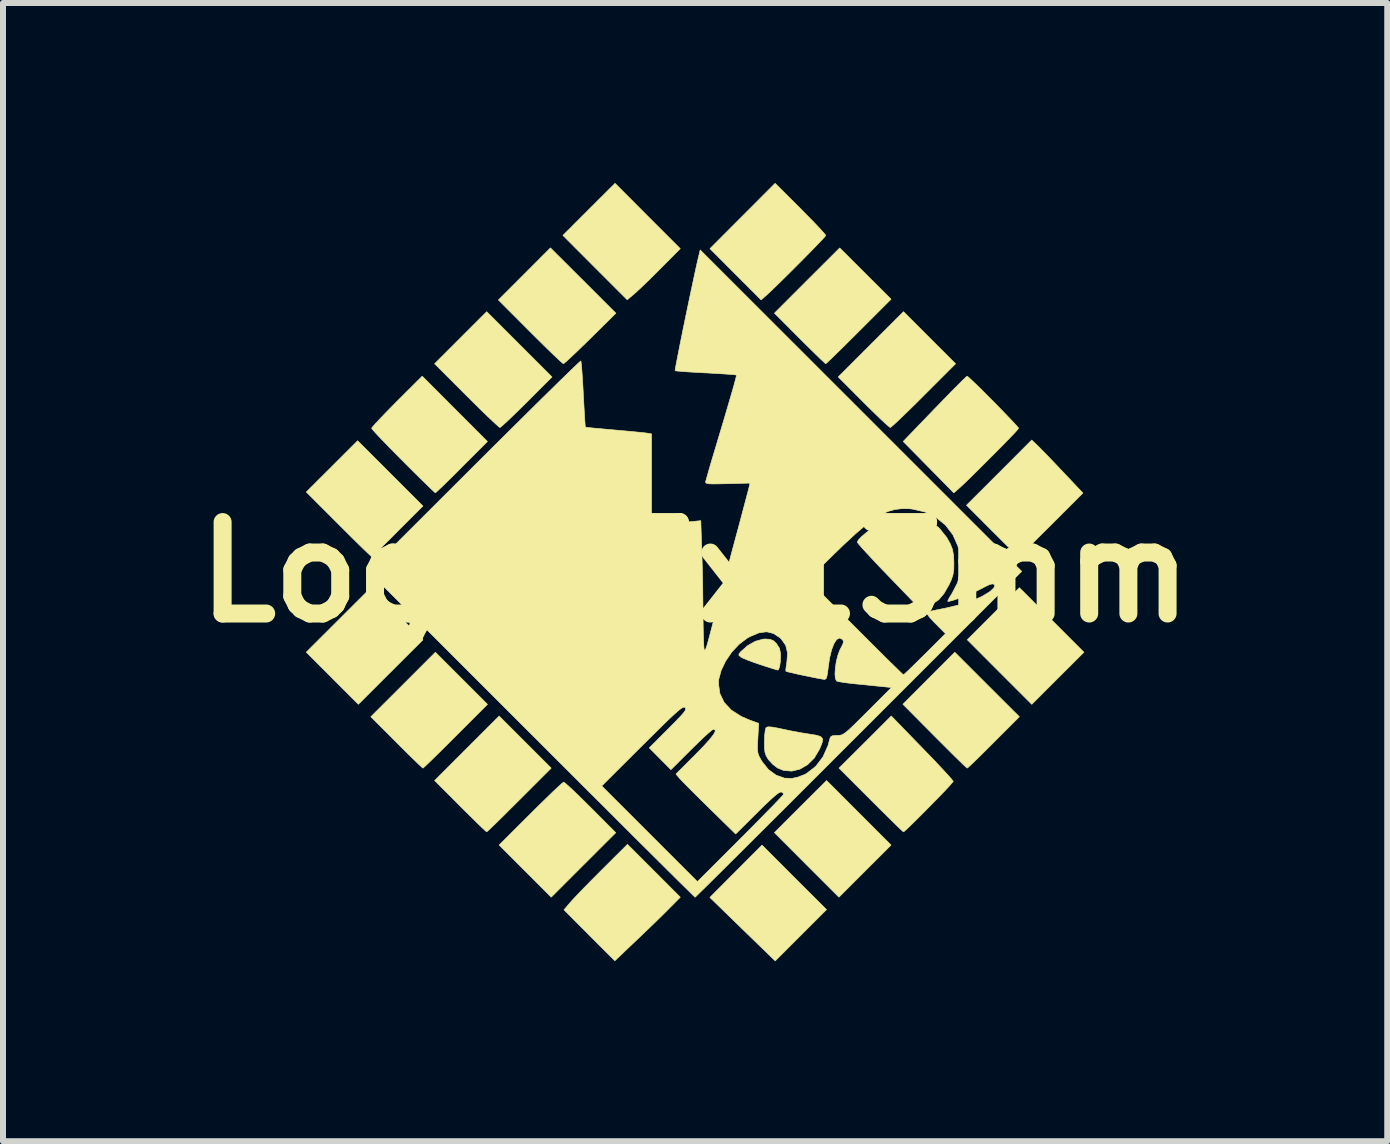
<source format=kicad_pcb>
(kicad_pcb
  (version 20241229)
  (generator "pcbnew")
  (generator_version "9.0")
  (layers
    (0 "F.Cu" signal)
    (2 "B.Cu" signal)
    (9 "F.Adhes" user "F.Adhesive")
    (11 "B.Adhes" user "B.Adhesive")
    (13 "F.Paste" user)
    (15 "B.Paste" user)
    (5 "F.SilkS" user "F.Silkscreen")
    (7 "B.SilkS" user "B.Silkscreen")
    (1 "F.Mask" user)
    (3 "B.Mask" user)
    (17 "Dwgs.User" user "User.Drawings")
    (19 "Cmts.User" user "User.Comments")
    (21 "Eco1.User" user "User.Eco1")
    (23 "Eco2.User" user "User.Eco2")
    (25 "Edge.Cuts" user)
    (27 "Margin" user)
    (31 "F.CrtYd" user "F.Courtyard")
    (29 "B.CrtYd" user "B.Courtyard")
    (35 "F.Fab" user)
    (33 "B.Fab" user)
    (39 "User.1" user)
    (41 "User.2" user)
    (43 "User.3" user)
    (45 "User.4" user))
  (footprint "Logo13x13mm"
    (layer "F.Cu")
    (at 8.534 6.485)
    (property "Reference" "Logo13x13mm" (at 0 0 0) (layer "F.SilkS") (effects (font (size 1.524 1.524) (thickness 0.3))))
    (attr through_hole)
    (fp_poly (pts (xy -4.97 0.694) (xy -4.536 1.128) (xy -5.612 2.203) (xy -6.046 1.769) (xy -6.48 1.334) (xy -5.942 0.797) (xy -5.403 0.259) (xy -4.97 0.694)) (stroke (width 0.01) (type solid)) (fill yes) (layer "F.SilkS"))
    (fp_poly (pts (xy 1.652 5.087) (xy 2.19 5.624) (xy 1.335 6.479) (xy 0.79 5.95) (xy 0.246 5.421) (xy 0.68 4.985) (xy 1.115 4.549) (xy 1.652 5.087)) (stroke (width 0.01) (type solid)) (fill yes) (layer "F.SilkS"))
    (fp_poly (pts (xy 3.266 4.549) (xy 2.831 4.983) (xy 2.397 5.417) (xy 1.859 4.879) (xy 1.322 4.341) (xy 1.756 3.907) (xy 2.191 3.473) (xy 3.266 4.549)) (stroke (width 0.01) (type solid)) (fill yes) (layer "F.SilkS"))
    (fp_poly (pts (xy 5.942 0.797) (xy 6.48 1.335) (xy 6.045 1.769) (xy 5.611 2.203) (xy 5.073 1.665) (xy 4.536 1.127) (xy 4.97 0.693) (xy 5.404 0.259) (xy 5.942 0.797)) (stroke (width 0.01) (type solid)) (fill yes) (layer "F.SilkS"))
    (fp_poly (pts (xy -0.791 -5.935) (xy -0.247 -5.391) (xy -0.571 -5.065) (xy -0.685 -4.951) (xy -0.797 -4.841) (xy -0.896 -4.746) (xy -0.975 -4.673) (xy -1.013 -4.639) (xy -1.131 -4.539) (xy -1.667 -5.075) (xy -2.203 -5.612) (xy -1.769 -6.046) (xy -1.334 -6.48) (xy -0.791 -5.935)) (stroke (width 0.01) (type solid)) (fill yes) (layer "F.SilkS"))
    (fp_poly (pts (xy -3.46 2.203) (xy -3.991 2.734) (xy -4.127 2.87) (xy -4.251 2.993) (xy -4.358 3.098) (xy -4.444 3.182) (xy -4.504 3.239) (xy -4.534 3.265) (xy -4.536 3.266) (xy -4.557 3.248) (xy -4.61 3.199) (xy -4.688 3.123) (xy -4.788 3.026) (xy -4.902 2.912) (xy -4.976 2.838) (xy -5.404 2.41) (xy -4.866 1.873) (xy -4.328 1.335) (xy -3.46 2.203)) (stroke (width 0.01) (type solid)) (fill yes) (layer "F.SilkS"))
    (fp_poly (pts (xy -2.398 3.266) (xy -2.929 3.797) (xy -3.065 3.932) (xy -3.188 4.055) (xy -3.296 4.161) (xy -3.382 4.244) (xy -3.442 4.301) (xy -3.471 4.327) (xy -3.473 4.328) (xy -3.494 4.311) (xy -3.547 4.262) (xy -3.626 4.186) (xy -3.725 4.088) (xy -3.84 3.975) (xy -3.914 3.901) (xy -4.341 3.473) (xy -3.803 2.935) (xy -3.266 2.398) (xy -2.398 3.266)) (stroke (width 0.01) (type solid)) (fill yes) (layer "F.SilkS"))
    (fp_poly (pts (xy -2.385 -3.253) (xy -2.805 -2.832) (xy -2.927 -2.712) (xy -3.037 -2.605) (xy -3.13 -2.516) (xy -3.2 -2.452) (xy -3.243 -2.416) (xy -3.253 -2.41) (xy -3.277 -2.428) (xy -3.333 -2.478) (xy -3.416 -2.556) (xy -3.521 -2.656) (xy -3.643 -2.776) (xy -3.777 -2.909) (xy -3.81 -2.942) (xy -4.341 -3.473) (xy -3.907 -3.907) (xy -3.473 -4.341) (xy -2.385 -3.253)) (stroke (width 0.01) (type solid)) (fill yes) (layer "F.SilkS"))
    (fp_poly (pts (xy -2.165 3.517) (xy -2.109 3.566) (xy -2.027 3.642) (xy -1.926 3.739) (xy -1.811 3.853) (xy -1.743 3.92) (xy -1.322 4.342) (xy -1.86 4.879) (xy -2.398 5.417) (xy -3.266 4.548) (xy -2.741 4.024) (xy -2.605 3.889) (xy -2.48 3.767) (xy -2.372 3.662) (xy -2.284 3.58) (xy -2.223 3.524) (xy -2.192 3.5) (xy -2.19 3.499) (xy -2.165 3.517)) (stroke (width 0.01) (type solid)) (fill yes) (layer "F.SilkS"))
    (fp_poly (pts (xy 4.866 1.873) (xy 5.404 2.41) (xy 4.976 2.838) (xy 4.855 2.959) (xy 4.746 3.067) (xy 4.654 3.156) (xy 4.585 3.222) (xy 4.544 3.259) (xy 4.535 3.266) (xy 4.513 3.248) (xy 4.46 3.198) (xy 4.38 3.12) (xy 4.278 3.02) (xy 4.158 2.9) (xy 4.025 2.767) (xy 3.991 2.733) (xy 3.463 2.201) (xy 4.328 1.335) (xy 4.866 1.873)) (stroke (width 0.01) (type solid)) (fill yes) (layer "F.SilkS"))
    (fp_poly (pts (xy -5.08 -1.646) (xy -4.536 -1.102) (xy -4.957 -0.681) (xy -5.077 -0.56) (xy -5.185 -0.454) (xy -5.276 -0.365) (xy -5.344 -0.301) (xy -5.383 -0.265) (xy -5.391 -0.259) (xy -5.412 -0.277) (xy -5.465 -0.327) (xy -5.545 -0.404) (xy -5.648 -0.505) (xy -5.768 -0.624) (xy -5.902 -0.757) (xy -5.942 -0.797) (xy -6.48 -1.335) (xy -6.052 -1.762) (xy -5.624 -2.19) (xy -5.08 -1.646)) (stroke (width 0.01) (type solid)) (fill yes) (layer "F.SilkS"))
    (fp_poly (pts (xy -1.865 -4.86) (xy -1.32 -4.315) (xy -1.746 -3.894) (xy -1.869 -3.774) (xy -1.979 -3.668) (xy -2.072 -3.58) (xy -2.143 -3.515) (xy -2.185 -3.479) (xy -2.195 -3.473) (xy -2.218 -3.491) (xy -2.273 -3.541) (xy -2.355 -3.618) (xy -2.459 -3.719) (xy -2.58 -3.838) (xy -2.714 -3.971) (xy -2.747 -4.004) (xy -3.278 -4.536) (xy -2.844 -4.97) (xy -2.411 -5.404) (xy -1.865 -4.86)) (stroke (width 0.01) (type solid)) (fill yes) (layer "F.SilkS"))
    (fp_poly (pts (xy -0.687 4.976) (xy -0.247 5.417) (xy -0.441 5.613) (xy -0.526 5.698) (xy -0.638 5.808) (xy -0.766 5.932) (xy -0.898 6.059) (xy -0.987 6.143) (xy -1.338 6.477) (xy -1.762 6.053) (xy -2.185 5.628) (xy -2.079 5.503) (xy -2.03 5.448) (xy -1.95 5.364) (xy -1.848 5.258) (xy -1.729 5.137) (xy -1.602 5.009) (xy -1.55 4.957) (xy -1.127 4.536) (xy -0.687 4.976)) (stroke (width 0.01) (type solid)) (fill yes) (layer "F.SilkS"))
    (fp_poly (pts (xy 2.838 -4.976) (xy 3.266 -4.549) (xy 2.728 -4.011) (xy 2.591 -3.875) (xy 2.467 -3.751) (xy 2.358 -3.645) (xy 2.271 -3.56) (xy 2.21 -3.502) (xy 2.18 -3.475) (xy 2.177 -3.473) (xy 2.156 -3.491) (xy 2.103 -3.54) (xy 2.025 -3.616) (xy 1.926 -3.713) (xy 1.811 -3.826) (xy 1.743 -3.894) (xy 1.322 -4.316) (xy 1.866 -4.86) (xy 2.41 -5.403) (xy 2.838 -4.976)) (stroke (width 0.01) (type solid)) (fill yes) (layer "F.SilkS"))
    (fp_poly (pts (xy 3.907 -3.907) (xy 4.341 -3.473) (xy 3.81 -2.942) (xy 3.674 -2.806) (xy 3.548 -2.683) (xy 3.439 -2.578) (xy 3.351 -2.494) (xy 3.288 -2.437) (xy 3.255 -2.411) (xy 3.253 -2.41) (xy 3.228 -2.428) (xy 3.172 -2.477) (xy 3.09 -2.553) (xy 2.989 -2.651) (xy 2.873 -2.764) (xy 2.805 -2.832) (xy 2.385 -3.253) (xy 2.929 -3.797) (xy 3.473 -4.341) (xy 3.907 -3.907)) (stroke (width 0.01) (type solid)) (fill yes) (layer "F.SilkS"))
    (fp_poly (pts (xy 1.756 -6.059) (xy 1.876 -5.937) (xy 1.983 -5.828) (xy 2.071 -5.735) (xy 2.136 -5.664) (xy 2.172 -5.621) (xy 2.177 -5.611) (xy 2.16 -5.588) (xy 2.111 -5.534) (xy 2.036 -5.456) (xy 1.942 -5.359) (xy 1.833 -5.248) (xy 1.716 -5.13) (xy 1.596 -5.01) (xy 1.479 -4.894) (xy 1.37 -4.787) (xy 1.276 -4.697) (xy 1.202 -4.627) (xy 1.165 -4.594) (xy 1.1 -4.537) (xy 0.673 -4.964) (xy 0.247 -5.391) (xy 1.334 -6.48) (xy 1.756 -6.059)) (stroke (width 0.01) (type solid)) (fill yes) (layer "F.SilkS"))
    (fp_poly (pts (xy 5.723 -2.093) (xy 5.779 -2.036) (xy 5.862 -1.952) (xy 5.963 -1.847) (xy 6.073 -1.731) (xy 6.149 -1.651) (xy 6.463 -1.318) (xy 5.934 -0.789) (xy 5.798 -0.654) (xy 5.674 -0.531) (xy 5.567 -0.426) (xy 5.482 -0.343) (xy 5.422 -0.286) (xy 5.393 -0.26) (xy 5.391 -0.259) (xy 5.37 -0.277) (xy 5.317 -0.326) (xy 5.238 -0.402) (xy 5.139 -0.499) (xy 5.025 -0.613) (xy 4.95 -0.687) (xy 4.523 -1.115) (xy 5.067 -1.658) (xy 5.61 -2.202) (xy 5.723 -2.093)) (stroke (width 0.01) (type solid)) (fill yes) (layer "F.SilkS"))
    (fp_poly (pts (xy 1.251 1.12) (xy 1.306 1.143) (xy 1.357 1.192) (xy 1.358 1.194) (xy 1.406 1.269) (xy 1.424 1.355) (xy 1.425 1.395) (xy 1.42 1.499) (xy 1.407 1.579) (xy 1.389 1.625) (xy 1.377 1.632) (xy 1.347 1.624) (xy 1.279 1.603) (xy 1.183 1.573) (xy 1.088 1.542) (xy 0.972 1.502) (xy 0.87 1.464) (xy 0.795 1.432) (xy 0.764 1.415) (xy 0.73 1.386) (xy 0.732 1.361) (xy 0.763 1.324) (xy 0.876 1.224) (xy 1.004 1.152) (xy 1.131 1.117) (xy 1.168 1.114) (xy 1.251 1.12)) (stroke (width 0.01) (type solid)) (fill yes) (layer "F.SilkS"))
    (fp_poly (pts (xy -4.004 -2.721) (xy -3.461 -2.177) (xy -3.888 -1.75) (xy -4.009 -1.628) (xy -4.118 -1.521) (xy -4.21 -1.431) (xy -4.279 -1.366) (xy -4.32 -1.328) (xy -4.328 -1.322) (xy -4.349 -1.339) (xy -4.402 -1.389) (xy -4.482 -1.467) (xy -4.585 -1.567) (xy -4.705 -1.686) (xy -4.837 -1.818) (xy -4.866 -1.847) (xy -5.001 -1.983) (xy -5.123 -2.107) (xy -5.228 -2.216) (xy -5.31 -2.303) (xy -5.366 -2.365) (xy -5.39 -2.396) (xy -5.391 -2.398) (xy -5.373 -2.423) (xy -5.324 -2.479) (xy -5.248 -2.56) (xy -5.151 -2.661) (xy -5.037 -2.777) (xy -4.97 -2.845) (xy -4.548 -3.266) (xy -4.004 -2.721)) (stroke (width 0.01) (type solid)) (fill yes) (layer "F.SilkS"))
    (fp_poly (pts (xy 3.785 2.929) (xy 3.918 3.066) (xy 4.038 3.192) (xy 4.141 3.302) (xy 4.222 3.391) (xy 4.277 3.453) (xy 4.301 3.484) (xy 4.302 3.486) (xy 4.284 3.51) (xy 4.237 3.564) (xy 4.165 3.641) (xy 4.075 3.735) (xy 3.973 3.839) (xy 3.866 3.948) (xy 3.761 4.054) (xy 3.663 4.151) (xy 3.579 4.233) (xy 3.516 4.293) (xy 3.479 4.325) (xy 3.473 4.328) (xy 3.452 4.311) (xy 3.399 4.261) (xy 3.319 4.184) (xy 3.217 4.083) (xy 3.096 3.964) (xy 2.963 3.831) (xy 2.929 3.797) (xy 2.398 3.266) (xy 2.834 2.832) (xy 3.269 2.397) (xy 3.785 2.929)) (stroke (width 0.01) (type solid)) (fill yes) (layer "F.SilkS"))
    (fp_poly (pts (xy 1.278 2.581) (xy 1.378 2.599) (xy 1.443 2.613) (xy 1.585 2.643) (xy 1.743 2.673) (xy 1.886 2.696) (xy 1.899 2.698) (xy 2.018 2.717) (xy 2.091 2.739) (xy 2.124 2.774) (xy 2.121 2.829) (xy 2.09 2.912) (xy 2.071 2.955) (xy 1.985 3.099) (xy 1.874 3.209) (xy 1.747 3.283) (xy 1.612 3.316) (xy 1.476 3.305) (xy 1.373 3.263) (xy 1.297 3.205) (xy 1.228 3.131) (xy 1.217 3.117) (xy 1.184 3.06) (xy 1.164 3.001) (xy 1.156 2.923) (xy 1.155 2.82) (xy 1.159 2.719) (xy 1.169 2.639) (xy 1.182 2.592) (xy 1.185 2.589) (xy 1.216 2.578) (xy 1.278 2.581)) (stroke (width 0.01) (type solid)) (fill yes) (layer "F.SilkS"))
    (fp_poly (pts (xy 4.557 -3.248) (xy 4.61 -3.199) (xy 4.687 -3.126) (xy 4.781 -3.034) (xy 4.885 -2.93) (xy 4.994 -2.82) (xy 5.101 -2.711) (xy 5.2 -2.608) (xy 5.284 -2.52) (xy 5.348 -2.451) (xy 5.385 -2.408) (xy 5.391 -2.397) (xy 5.373 -2.374) (xy 5.325 -2.32) (xy 5.25 -2.242) (xy 5.155 -2.144) (xy 5.047 -2.034) (xy 4.929 -1.916) (xy 4.809 -1.796) (xy 4.692 -1.68) (xy 4.584 -1.573) (xy 4.49 -1.482) (xy 4.416 -1.413) (xy 4.378 -1.379) (xy 4.311 -1.321) (xy 3.89 -1.75) (xy 3.468 -2.178) (xy 3.992 -2.722) (xy 4.126 -2.86) (xy 4.248 -2.986) (xy 4.355 -3.094) (xy 4.44 -3.179) (xy 4.5 -3.238) (xy 4.53 -3.264) (xy 4.533 -3.266) (xy 4.557 -3.248)) (stroke (width 0.01) (type solid)) (fill yes) (layer "F.SilkS"))
    (fp_poly (pts (xy 3.73 -0.922) (xy 3.91 -0.852) (xy 4.065 -0.738) (xy 4.193 -0.579) (xy 4.254 -0.47) (xy 4.29 -0.377) (xy 4.308 -0.272) (xy 4.313 -0.154) (xy 4.311 -0.04) (xy 4.297 0.047) (xy 4.268 0.133) (xy 4.232 0.209) (xy 4.148 0.356) (xy 4.061 0.459) (xy 3.965 0.522) (xy 3.851 0.552) (xy 3.843 0.553) (xy 3.708 0.568) (xy 3.208 0.05) (xy 3.077 -0.086) (xy 2.959 -0.211) (xy 2.858 -0.32) (xy 2.778 -0.407) (xy 2.725 -0.469) (xy 2.703 -0.498) (xy 2.703 -0.499) (xy 2.72 -0.535) (xy 2.772 -0.59) (xy 2.849 -0.656) (xy 2.943 -0.727) (xy 3.044 -0.795) (xy 3.142 -0.852) (xy 3.162 -0.862) (xy 3.262 -0.908) (xy 3.345 -0.934) (xy 3.437 -0.944) (xy 3.525 -0.945) (xy 3.73 -0.922)) (stroke (width 0.01) (type solid)) (fill yes) (layer "F.SilkS"))
    (fp_poly (pts (xy 2.764 -2.692) (xy 5.443 -0.013) (xy 2.728 2.702) (xy 2.415 3.014) (xy 2.113 3.317) (xy 1.822 3.607) (xy 1.546 3.883) (xy 1.286 4.142) (xy 1.043 4.384) (xy 0.821 4.605) (xy 0.621 4.804) (xy 0.446 4.978) (xy 0.296 5.127) (xy 0.175 5.247) (xy 0.084 5.336) (xy 0.025 5.394) (xy 0.001 5.417) (xy 0 5.417) (xy -0.02 5.399) (xy -0.074 5.346) (xy -0.16 5.261) (xy -0.278 5.145) (xy -0.423 5.001) (xy -0.596 4.829) (xy -0.792 4.634) (xy -1.012 4.416) (xy -1.251 4.177) (xy -1.509 3.919) (xy -1.783 3.646) (xy -1.866 3.563) (xy -1.556 3.563) (xy 0.039 5.158) (xy 0.758 4.439) (xy 0.917 4.28) (xy 1.063 4.132) (xy 1.193 3.999) (xy 1.304 3.886) (xy 1.39 3.796) (xy 1.449 3.733) (xy 1.476 3.702) (xy 1.477 3.699) (xy 1.457 3.674) (xy 1.436 3.663) (xy 1.407 3.67) (xy 1.352 3.708) (xy 1.271 3.779) (xy 1.159 3.884) (xy 1.036 4.006) (xy 0.676 4.364) (xy 0.241 3.938) (xy 0.114 3.813) (xy -0.004 3.696) (xy -0.107 3.593) (xy -0.188 3.511) (xy -0.242 3.455) (xy -0.257 3.439) (xy -0.319 3.365) (xy 0.009 3.037) (xy 0.147 2.895) (xy 0.246 2.785) (xy 0.309 2.704) (xy 0.336 2.651) (xy 0.329 2.623) (xy 0.305 2.618) (xy 0.277 2.635) (xy 0.219 2.684) (xy 0.138 2.758) (xy 0.04 2.852) (xy -0.065 2.955) (xy -0.403 3.292) (xy -0.764 2.928) (xy -0.445 2.609) (xy -0.33 2.493) (xy -0.247 2.407) (xy -0.194 2.346) (xy -0.164 2.305) (xy -0.156 2.278) (xy -0.163 2.26) (xy -0.168 2.255) (xy -0.183 2.25) (xy -0.204 2.255) (xy -0.237 2.275) (xy -0.284 2.312) (xy -0.349 2.37) (xy -0.436 2.451) (xy -0.548 2.56) (xy -0.688 2.699) (xy -0.862 2.871) (xy -0.883 2.892) (xy -1.556 3.563) (xy -1.866 3.563) (xy -2.072 3.357) (xy -2.373 3.057) (xy -2.684 2.745) (xy -2.729 2.701) (xy -3.575 1.855) (xy 0.389 1.855) (xy 0.413 2.023) (xy 0.484 2.171) (xy 0.603 2.298) (xy 0.768 2.404) (xy 0.911 2.466) (xy 1.06 2.52) (xy 1.046 2.77) (xy 1.04 2.886) (xy 1.04 2.965) (xy 1.049 3.023) (xy 1.069 3.075) (xy 1.103 3.136) (xy 1.119 3.161) (xy 1.223 3.291) (xy 1.35 3.383) (xy 1.49 3.433) (xy 1.616 3.437) (xy 1.719 3.414) (xy 1.825 3.373) (xy 1.854 3.358) (xy 2.01 3.237) (xy 2.131 3.079) (xy 2.216 2.888) (xy 2.241 2.793) (xy 2.256 2.747) (xy 2.287 2.727) (xy 2.351 2.721) (xy 2.366 2.721) (xy 2.403 2.72) (xy 2.437 2.714) (xy 2.473 2.697) (xy 2.518 2.665) (xy 2.576 2.615) (xy 2.654 2.541) (xy 2.758 2.438) (xy 2.875 2.322) (xy 3.273 1.923) (xy 3.133 1.908) (xy 3.049 1.9) (xy 2.931 1.888) (xy 2.796 1.874) (xy 2.693 1.864) (xy 2.571 1.851) (xy 2.466 1.837) (xy 2.391 1.824) (xy 2.358 1.814) (xy 2.338 1.774) (xy 2.331 1.698) (xy 2.337 1.599) (xy 2.353 1.49) (xy 2.38 1.384) (xy 2.413 1.295) (xy 2.422 1.278) (xy 2.46 1.205) (xy 2.473 1.162) (xy 2.463 1.132) (xy 2.451 1.118) (xy 2.405 1.098) (xy 2.358 1.124) (xy 2.314 1.192) (xy 2.274 1.297) (xy 2.241 1.434) (xy 2.217 1.599) (xy 2.216 1.613) (xy 2.202 1.715) (xy 2.185 1.772) (xy 2.162 1.788) (xy 2.123 1.783) (xy 2.048 1.77) (xy 1.949 1.75) (xy 1.838 1.727) (xy 1.727 1.704) (xy 1.629 1.681) (xy 1.554 1.664) (xy 1.515 1.652) (xy 1.513 1.651) (xy 1.512 1.622) (xy 1.52 1.559) (xy 1.529 1.504) (xy 1.541 1.348) (xy 1.51 1.22) (xy 1.435 1.113) (xy 1.414 1.093) (xy 1.306 1.022) (xy 1.192 0.994) (xy 1.065 1.011) (xy 0.919 1.072) (xy 0.87 1.099) (xy 0.735 1.2) (xy 0.612 1.331) (xy 0.509 1.482) (xy 0.434 1.639) (xy 0.393 1.791) (xy 0.389 1.855) (xy -3.575 1.855) (xy -5.444 -0.014) (xy -3.681 -1.774) (xy -3.43 -2.024) (xy -3.189 -2.263) (xy -2.961 -2.489) (xy -2.749 -2.699) (xy -2.555 -2.891) (xy -2.381 -3.062) (xy -2.23 -3.21) (xy -2.105 -3.331) (xy -2.008 -3.425) (xy -1.941 -3.488) (xy -1.907 -3.518) (xy -1.904 -3.52) (xy -1.899 -3.491) (xy -1.891 -3.418) (xy -1.883 -3.309) (xy -1.874 -3.172) (xy -1.865 -3.014) (xy -1.863 -2.965) (xy -1.854 -2.803) (xy -1.846 -2.66) (xy -1.839 -2.544) (xy -1.833 -2.461) (xy -1.83 -2.42) (xy -1.829 -2.417) (xy -1.803 -2.413) (xy -1.733 -2.405) (xy -1.628 -2.395) (xy -1.496 -2.383) (xy -1.359 -2.371) (xy -1.203 -2.357) (xy -1.059 -2.344) (xy -0.938 -2.332) (xy -0.85 -2.323) (xy -0.81 -2.318) (xy -0.726 -2.304) (xy -0.726 -0.798) (xy -0.447 -0.815) (xy -0.315 -0.823) (xy -0.188 -0.832) (xy -0.082 -0.84) (xy -0.037 -0.844) (xy 0.095 -0.858) (xy 0.112 -0.347) (xy 0.118 -0.145) (xy 0.124 0.088) (xy 0.128 0.33) (xy 0.131 0.56) (xy 0.132 0.697) (xy 0.134 0.862) (xy 0.137 1.012) (xy 0.141 1.139) (xy 0.145 1.233) (xy 0.151 1.286) (xy 0.152 1.291) (xy 0.163 1.303) (xy 0.179 1.277) (xy 0.202 1.208) (xy 0.233 1.094) (xy 0.243 1.057) (xy 0.266 0.968) (xy 0.301 0.835) (xy 0.345 0.667) (xy 0.397 0.47) (xy 0.455 0.253) (xy 0.489 0.126) (xy 1.879 0.126) (xy 2.669 0.918) (xy 2.836 1.085) (xy 2.991 1.24) (xy 3.131 1.379) (xy 3.252 1.499) (xy 3.351 1.595) (xy 3.422 1.665) (xy 3.464 1.704) (xy 3.473 1.711) (xy 3.494 1.693) (xy 3.546 1.645) (xy 3.623 1.571) (xy 3.718 1.477) (xy 3.827 1.37) (xy 3.829 1.368) (xy 4.173 1.025) (xy 3.999 0.85) (xy 3.912 0.758) (xy 3.866 0.697) (xy 3.859 0.668) (xy 3.864 0.665) (xy 3.903 0.655) (xy 3.981 0.639) (xy 4.086 0.617) (xy 4.186 0.597) (xy 4.408 0.544) (xy 4.608 0.48) (xy 4.777 0.407) (xy 4.904 0.33) (xy 4.926 0.313) (xy 4.98 0.261) (xy 4.995 0.227) (xy 4.985 0.206) (xy 4.958 0.195) (xy 4.912 0.205) (xy 4.837 0.24) (xy 4.781 0.27) (xy 4.696 0.312) (xy 4.595 0.358) (xy 4.486 0.402) (xy 4.382 0.441) (xy 4.294 0.471) (xy 4.233 0.487) (xy 4.21 0.486) (xy 4.218 0.462) (xy 4.248 0.408) (xy 4.278 0.362) (xy 4.375 0.174) (xy 4.422 -0.029) (xy 4.423 -0.217) (xy 4.381 -0.432) (xy 4.296 -0.623) (xy 4.172 -0.785) (xy 4.014 -0.914) (xy 3.827 -1.004) (xy 3.616 -1.052) (xy 3.565 -1.057) (xy 3.444 -1.058) (xy 3.328 -1.044) (xy 3.215 -1.012) (xy 3.097 -0.958) (xy 2.97 -0.879) (xy 2.829 -0.773) (xy 2.669 -0.635) (xy 2.484 -0.464) (xy 2.327 -0.312) (xy 1.879 0.126) (xy 0.489 0.126) (xy 0.517 0.021) (xy 0.581 -0.218) (xy 0.602 -0.298) (xy 0.663 -0.526) (xy 0.721 -0.74) (xy 0.773 -0.935) (xy 0.818 -1.105) (xy 0.855 -1.244) (xy 0.882 -1.347) (xy 0.898 -1.409) (xy 0.901 -1.422) (xy 0.914 -1.484) (xy 0.541 -1.474) (xy 0.395 -1.471) (xy 0.293 -1.47) (xy 0.228 -1.473) (xy 0.191 -1.48) (xy 0.177 -1.492) (xy 0.176 -1.508) (xy 0.185 -1.542) (xy 0.207 -1.62) (xy 0.24 -1.735) (xy 0.283 -1.882) (xy 0.335 -2.055) (xy 0.392 -2.247) (xy 0.442 -2.412) (xy 0.502 -2.614) (xy 0.556 -2.799) (xy 0.604 -2.963) (xy 0.643 -3.099) (xy 0.671 -3.202) (xy 0.687 -3.265) (xy 0.69 -3.284) (xy 0.662 -3.289) (xy 0.59 -3.295) (xy 0.483 -3.303) (xy 0.349 -3.311) (xy 0.195 -3.32) (xy 0.179 -3.32) (xy 0.023 -3.329) (xy -0.114 -3.337) (xy -0.224 -3.345) (xy -0.3 -3.352) (xy -0.333 -3.357) (xy -0.333 -3.357) (xy -0.33 -3.384) (xy -0.318 -3.454) (xy -0.297 -3.562) (xy -0.27 -3.7) (xy -0.238 -3.861) (xy -0.202 -4.04) (xy -0.163 -4.229) (xy -0.123 -4.422) (xy -0.083 -4.612) (xy -0.045 -4.792) (xy -0.01 -4.955) (xy 0.02 -5.094) (xy 0.045 -5.204) (xy 0.058 -5.258) (xy 0.085 -5.37) (xy 2.764 -2.692)) (stroke (width 0.01) (type solid)) (fill yes) (layer "F.SilkS")))
  (gr_rect
    (start -3 -3)
    (end 20.069 15.969)
    (stroke (width 0.1) (type default))
    (fill no)
    (layer "Edge.Cuts")))
</source>
